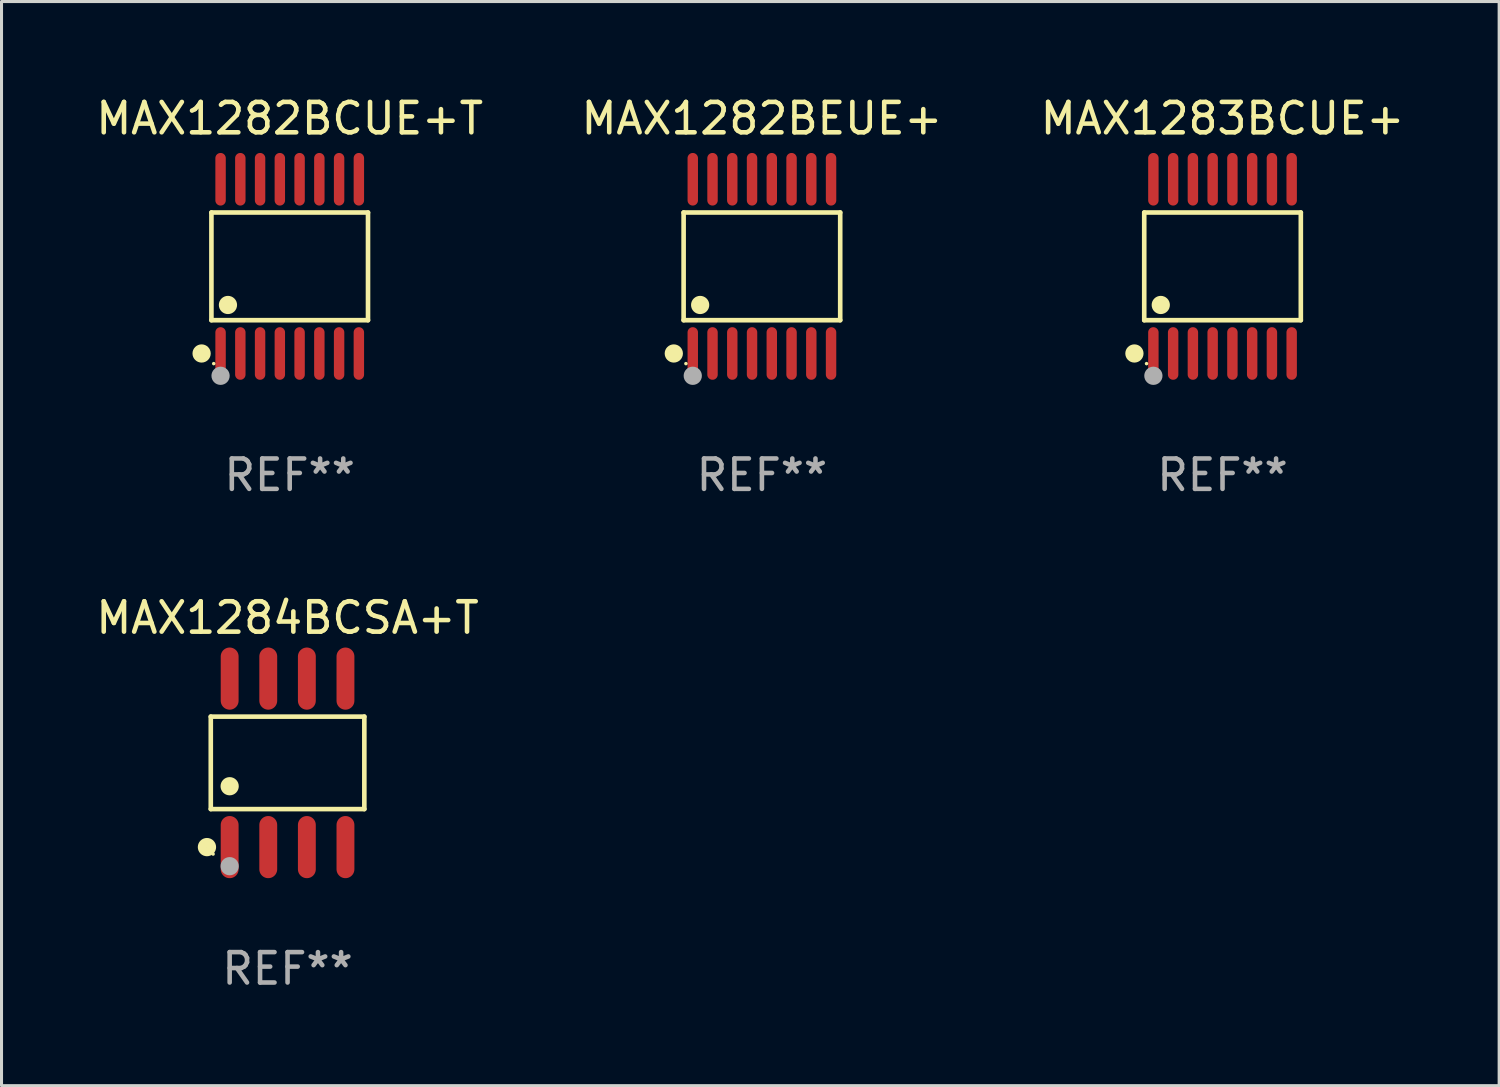
<source format=kicad_pcb>
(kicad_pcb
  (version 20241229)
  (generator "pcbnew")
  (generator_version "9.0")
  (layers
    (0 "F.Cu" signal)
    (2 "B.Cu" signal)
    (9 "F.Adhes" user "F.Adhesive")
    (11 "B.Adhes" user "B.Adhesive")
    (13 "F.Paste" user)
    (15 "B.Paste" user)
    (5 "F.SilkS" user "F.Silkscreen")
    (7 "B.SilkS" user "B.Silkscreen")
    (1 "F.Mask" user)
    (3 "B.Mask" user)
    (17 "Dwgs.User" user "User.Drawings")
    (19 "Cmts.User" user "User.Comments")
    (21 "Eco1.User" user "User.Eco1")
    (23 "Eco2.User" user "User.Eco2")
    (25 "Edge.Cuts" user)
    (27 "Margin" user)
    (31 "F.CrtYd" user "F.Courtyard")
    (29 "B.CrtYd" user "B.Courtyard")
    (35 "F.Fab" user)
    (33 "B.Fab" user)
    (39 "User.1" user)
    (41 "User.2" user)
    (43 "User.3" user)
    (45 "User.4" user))
  (footprint "MAX1283BCUE+"
    (layer "F.Cu")
    (at 37.173 5.714)
    (property "Reference" "MAX1283BCUE+" (at 0 -4.866 0) (layer "F.SilkS") (effects (font (size 1 1) (thickness 0.15))))
    (attr through_hole)
    (fp_line (start -2.576 -1.772) (end 2.576 -1.772) (stroke (width 0.152) (type solid)) (layer "F.SilkS"))
    (fp_line (start -2.576 1.771) (end -2.576 -1.772) (stroke (width 0.152) (type solid)) (layer "F.SilkS"))
    (fp_line (start 2.576 -1.772) (end 2.576 1.771) (stroke (width 0.152) (type solid)) (layer "F.SilkS"))
    (fp_line (start 2.576 1.771) (end -2.576 1.771) (stroke (width 0.152) (type solid)) (layer "F.SilkS"))
    (fp_circle (center -2.899 2.866) (end -2.749 2.866) (stroke (width 0.3) (type solid)) (fill no) (layer "F.SilkS"))
    (fp_circle (center -2.5 3.2) (end -2.47 3.2) (stroke (width 0.06) (type solid)) (fill no) (layer "F.SilkS"))
    (fp_circle (center -2.032 1.27) (end -1.882 1.27) (stroke (width 0.3) (type solid)) (fill no) (layer "F.SilkS"))
    (fp_circle (center -2.275 3.6) (end -2.125 3.6) (stroke (width 0.3) (type solid)) (fill no) (layer "F.Fab"))
    (fp_text user "REF**" (at 0 6.866 0) (layer "F.Fab") (effects (font (size 1 1) (thickness 0.15))))
    (pad "1" smd oval (at -2.275 2.866) (size 0.343 1.731) (layers "F.Cu" "F.Mask" "F.Paste"))
    (pad "2" smd oval (at -1.625 2.866) (size 0.343 1.731) (layers "F.Cu" "F.Mask" "F.Paste"))
    (pad "3" smd oval (at -0.975 2.866) (size 0.343 1.731) (layers "F.Cu" "F.Mask" "F.Paste"))
    (pad "4" smd oval (at -0.325 2.866) (size 0.343 1.731) (layers "F.Cu" "F.Mask" "F.Paste"))
    (pad "5" smd oval (at 0.325 2.866) (size 0.343 1.731) (layers "F.Cu" "F.Mask" "F.Paste"))
    (pad "6" smd oval (at 0.975 2.866) (size 0.343 1.731) (layers "F.Cu" "F.Mask" "F.Paste"))
    (pad "7" smd oval (at 1.625 2.866) (size 0.343 1.731) (layers "F.Cu" "F.Mask" "F.Paste"))
    (pad "8" smd oval (at 2.275 2.866) (size 0.343 1.731) (layers "F.Cu" "F.Mask" "F.Paste"))
    (pad "9" smd oval (at 2.275 -2.866) (size 0.343 1.731) (layers "F.Cu" "F.Mask" "F.Paste"))
    (pad "10" smd oval (at 1.625 -2.866) (size 0.343 1.731) (layers "F.Cu" "F.Mask" "F.Paste"))
    (pad "11" smd oval (at 0.975 -2.866) (size 0.343 1.731) (layers "F.Cu" "F.Mask" "F.Paste"))
    (pad "12" smd oval (at 0.325 -2.866) (size 0.343 1.731) (layers "F.Cu" "F.Mask" "F.Paste"))
    (pad "13" smd oval (at -0.325 -2.866) (size 0.343 1.731) (layers "F.Cu" "F.Mask" "F.Paste"))
    (pad "14" smd oval (at -0.975 -2.866) (size 0.343 1.731) (layers "F.Cu" "F.Mask" "F.Paste"))
    (pad "15" smd oval (at -1.625 -2.866) (size 0.343 1.731) (layers "F.Cu" "F.Mask" "F.Paste"))
    (pad "16" smd oval (at -2.275 -2.866) (size 0.343 1.731) (layers "F.Cu" "F.Mask" "F.Paste")))
  (footprint "MAX1282BCUE+T"
    (layer "F.Cu")
    (at 6.482 5.714)
    (property "Reference" "MAX1282BCUE+T" (at 0 -4.866 0) (layer "F.SilkS") (effects (font (size 1 1) (thickness 0.15))))
    (attr through_hole)
    (fp_line (start -2.576 -1.772) (end 2.576 -1.772) (stroke (width 0.152) (type solid)) (layer "F.SilkS"))
    (fp_line (start -2.576 1.771) (end -2.576 -1.772) (stroke (width 0.152) (type solid)) (layer "F.SilkS"))
    (fp_line (start 2.576 -1.772) (end 2.576 1.771) (stroke (width 0.152) (type solid)) (layer "F.SilkS"))
    (fp_line (start 2.576 1.771) (end -2.576 1.771) (stroke (width 0.152) (type solid)) (layer "F.SilkS"))
    (fp_circle (center -2.899 2.866) (end -2.749 2.866) (stroke (width 0.3) (type solid)) (fill no) (layer "F.SilkS"))
    (fp_circle (center -2.5 3.2) (end -2.47 3.2) (stroke (width 0.06) (type solid)) (fill no) (layer "F.SilkS"))
    (fp_circle (center -2.032 1.27) (end -1.882 1.27) (stroke (width 0.3) (type solid)) (fill no) (layer "F.SilkS"))
    (fp_circle (center -2.275 3.6) (end -2.125 3.6) (stroke (width 0.3) (type solid)) (fill no) (layer "F.Fab"))
    (fp_text user "REF**" (at 0 6.866 0) (layer "F.Fab") (effects (font (size 1 1) (thickness 0.15))))
    (pad "1" smd oval (at -2.275 2.866) (size 0.343 1.731) (layers "F.Cu" "F.Mask" "F.Paste"))
    (pad "2" smd oval (at -1.625 2.866) (size 0.343 1.731) (layers "F.Cu" "F.Mask" "F.Paste"))
    (pad "3" smd oval (at -0.975 2.866) (size 0.343 1.731) (layers "F.Cu" "F.Mask" "F.Paste"))
    (pad "4" smd oval (at -0.325 2.866) (size 0.343 1.731) (layers "F.Cu" "F.Mask" "F.Paste"))
    (pad "5" smd oval (at 0.325 2.866) (size 0.343 1.731) (layers "F.Cu" "F.Mask" "F.Paste"))
    (pad "6" smd oval (at 0.975 2.866) (size 0.343 1.731) (layers "F.Cu" "F.Mask" "F.Paste"))
    (pad "7" smd oval (at 1.625 2.866) (size 0.343 1.731) (layers "F.Cu" "F.Mask" "F.Paste"))
    (pad "8" smd oval (at 2.275 2.866) (size 0.343 1.731) (layers "F.Cu" "F.Mask" "F.Paste"))
    (pad "9" smd oval (at 2.275 -2.866) (size 0.343 1.731) (layers "F.Cu" "F.Mask" "F.Paste"))
    (pad "10" smd oval (at 1.625 -2.866) (size 0.343 1.731) (layers "F.Cu" "F.Mask" "F.Paste"))
    (pad "11" smd oval (at 0.975 -2.866) (size 0.343 1.731) (layers "F.Cu" "F.Mask" "F.Paste"))
    (pad "12" smd oval (at 0.325 -2.866) (size 0.343 1.731) (layers "F.Cu" "F.Mask" "F.Paste"))
    (pad "13" smd oval (at -0.325 -2.866) (size 0.343 1.731) (layers "F.Cu" "F.Mask" "F.Paste"))
    (pad "14" smd oval (at -0.975 -2.866) (size 0.343 1.731) (layers "F.Cu" "F.Mask" "F.Paste"))
    (pad "15" smd oval (at -1.625 -2.866) (size 0.343 1.731) (layers "F.Cu" "F.Mask" "F.Paste"))
    (pad "16" smd oval (at -2.275 -2.866) (size 0.343 1.731) (layers "F.Cu" "F.Mask" "F.Paste")))
  (footprint "MAX1284BCSA+T"
    (layer "F.Cu")
    (at 6.411 22.049)
    (property "Reference" "MAX1284BCSA+T" (at 0 -4.772 0) (layer "F.SilkS") (effects (font (size 1 1) (thickness 0.15))))
    (attr through_hole)
    (fp_line (start -2.526 -1.521) (end 2.526 -1.521) (stroke (width 0.152) (type solid)) (layer "F.SilkS"))
    (fp_line (start -2.526 1.521) (end -2.526 -1.521) (stroke (width 0.152) (type solid)) (layer "F.SilkS"))
    (fp_line (start 2.526 -1.521) (end 2.526 1.521) (stroke (width 0.152) (type solid)) (layer "F.SilkS"))
    (fp_line (start 2.526 1.521) (end -2.526 1.521) (stroke (width 0.152) (type solid)) (layer "F.SilkS"))
    (fp_circle (center -2.652 2.772) (end -2.501 2.772) (stroke (width 0.3) (type solid)) (fill no) (layer "F.SilkS"))
    (fp_circle (center -2.45 3) (end -2.42 3) (stroke (width 0.06) (type solid)) (fill no) (layer "F.SilkS"))
    (fp_circle (center -1.905 0.769) (end -1.755 0.769) (stroke (width 0.3) (type solid)) (fill no) (layer "F.SilkS"))
    (fp_circle (center -1.905 3.4) (end -1.755 3.4) (stroke (width 0.3) (type solid)) (fill no) (layer "F.Fab"))
    (fp_text user "REF**" (at 0 6.772 0) (layer "F.Fab") (effects (font (size 1 1) (thickness 0.15))))
    (pad "1" smd oval (at -1.905 2.772) (size 0.588 2.045) (layers "F.Cu" "F.Mask" "F.Paste"))
    (pad "2" smd oval (at -0.635 2.772) (size 0.588 2.045) (layers "F.Cu" "F.Mask" "F.Paste"))
    (pad "3" smd oval (at 0.635 2.772) (size 0.588 2.045) (layers "F.Cu" "F.Mask" "F.Paste"))
    (pad "4" smd oval (at 1.905 2.772) (size 0.588 2.045) (layers "F.Cu" "F.Mask" "F.Paste"))
    (pad "5" smd oval (at 1.905 -2.772) (size 0.588 2.045) (layers "F.Cu" "F.Mask" "F.Paste"))
    (pad "6" smd oval (at 0.635 -2.772) (size 0.588 2.045) (layers "F.Cu" "F.Mask" "F.Paste"))
    (pad "7" smd oval (at -0.635 -2.772) (size 0.588 2.045) (layers "F.Cu" "F.Mask" "F.Paste"))
    (pad "8" smd oval (at -1.905 -2.772) (size 0.588 2.045) (layers "F.Cu" "F.Mask" "F.Paste")))
  (footprint "MAX1282BEUE+"
    (layer "F.Cu")
    (at 22.018 5.714)
    (property "Reference" "MAX1282BEUE+" (at 0 -4.866 0) (layer "F.SilkS") (effects (font (size 1 1) (thickness 0.15))))
    (attr through_hole)
    (fp_line (start -2.576 -1.772) (end 2.576 -1.772) (stroke (width 0.152) (type solid)) (layer "F.SilkS"))
    (fp_line (start -2.576 1.771) (end -2.576 -1.772) (stroke (width 0.152) (type solid)) (layer "F.SilkS"))
    (fp_line (start 2.576 -1.772) (end 2.576 1.771) (stroke (width 0.152) (type solid)) (layer "F.SilkS"))
    (fp_line (start 2.576 1.771) (end -2.576 1.771) (stroke (width 0.152) (type solid)) (layer "F.SilkS"))
    (fp_circle (center -2.899 2.866) (end -2.749 2.866) (stroke (width 0.3) (type solid)) (fill no) (layer "F.SilkS"))
    (fp_circle (center -2.5 3.2) (end -2.47 3.2) (stroke (width 0.06) (type solid)) (fill no) (layer "F.SilkS"))
    (fp_circle (center -2.032 1.27) (end -1.882 1.27) (stroke (width 0.3) (type solid)) (fill no) (layer "F.SilkS"))
    (fp_circle (center -2.275 3.6) (end -2.125 3.6) (stroke (width 0.3) (type solid)) (fill no) (layer "F.Fab"))
    (fp_text user "REF**" (at 0 6.866 0) (layer "F.Fab") (effects (font (size 1 1) (thickness 0.15))))
    (pad "1" smd oval (at -2.275 2.866) (size 0.343 1.731) (layers "F.Cu" "F.Mask" "F.Paste"))
    (pad "2" smd oval (at -1.625 2.866) (size 0.343 1.731) (layers "F.Cu" "F.Mask" "F.Paste"))
    (pad "3" smd oval (at -0.975 2.866) (size 0.343 1.731) (layers "F.Cu" "F.Mask" "F.Paste"))
    (pad "4" smd oval (at -0.325 2.866) (size 0.343 1.731) (layers "F.Cu" "F.Mask" "F.Paste"))
    (pad "5" smd oval (at 0.325 2.866) (size 0.343 1.731) (layers "F.Cu" "F.Mask" "F.Paste"))
    (pad "6" smd oval (at 0.975 2.866) (size 0.343 1.731) (layers "F.Cu" "F.Mask" "F.Paste"))
    (pad "7" smd oval (at 1.625 2.866) (size 0.343 1.731) (layers "F.Cu" "F.Mask" "F.Paste"))
    (pad "8" smd oval (at 2.275 2.866) (size 0.343 1.731) (layers "F.Cu" "F.Mask" "F.Paste"))
    (pad "9" smd oval (at 2.275 -2.866) (size 0.343 1.731) (layers "F.Cu" "F.Mask" "F.Paste"))
    (pad "10" smd oval (at 1.625 -2.866) (size 0.343 1.731) (layers "F.Cu" "F.Mask" "F.Paste"))
    (pad "11" smd oval (at 0.975 -2.866) (size 0.343 1.731) (layers "F.Cu" "F.Mask" "F.Paste"))
    (pad "12" smd oval (at 0.325 -2.866) (size 0.343 1.731) (layers "F.Cu" "F.Mask" "F.Paste"))
    (pad "13" smd oval (at -0.325 -2.866) (size 0.343 1.731) (layers "F.Cu" "F.Mask" "F.Paste"))
    (pad "14" smd oval (at -0.975 -2.866) (size 0.343 1.731) (layers "F.Cu" "F.Mask" "F.Paste"))
    (pad "15" smd oval (at -1.625 -2.866) (size 0.343 1.731) (layers "F.Cu" "F.Mask" "F.Paste"))
    (pad "16" smd oval (at -2.275 -2.866) (size 0.343 1.731) (layers "F.Cu" "F.Mask" "F.Paste")))
  (gr_rect
    (start -3 -3)
    (end 46.274 32.669)
    (stroke (width 0.1) (type default))
    (fill no)
    (layer "Edge.Cuts")))
</source>
